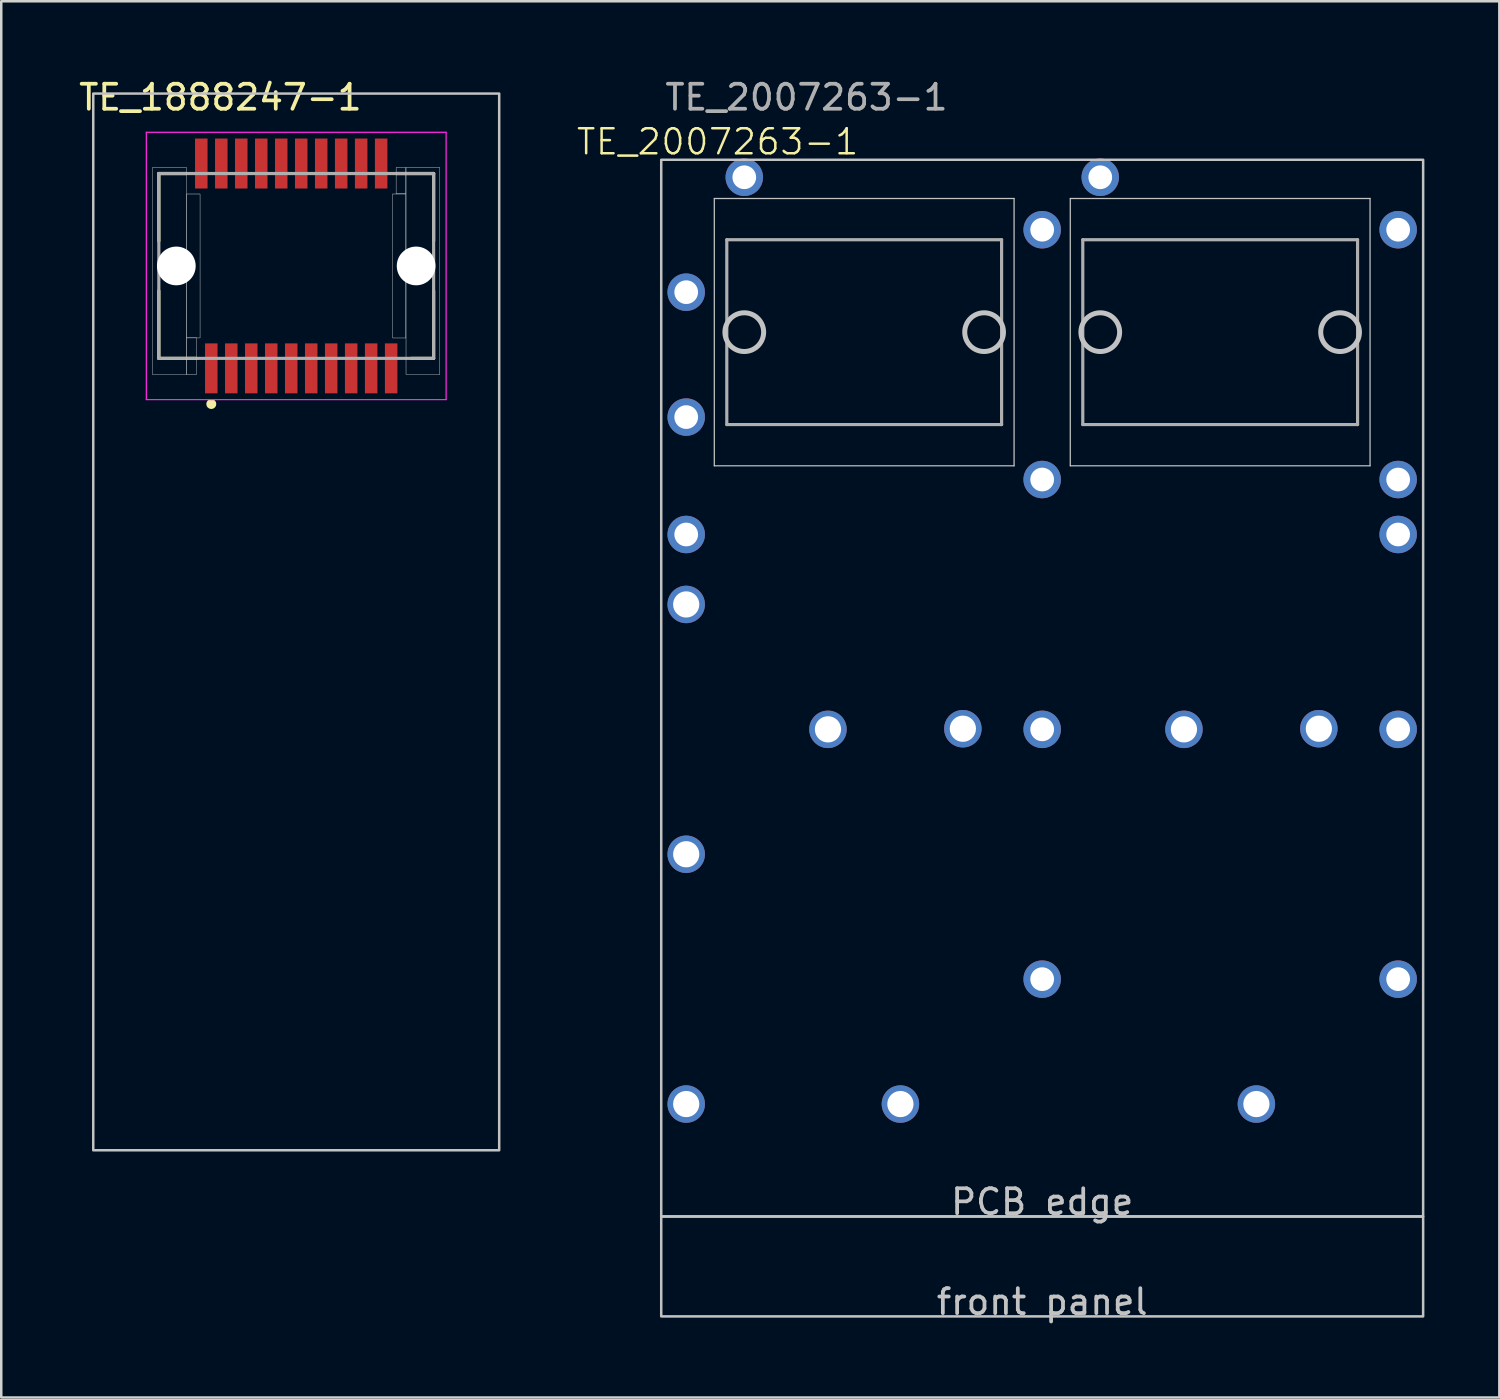
<source format=kicad_pcb>
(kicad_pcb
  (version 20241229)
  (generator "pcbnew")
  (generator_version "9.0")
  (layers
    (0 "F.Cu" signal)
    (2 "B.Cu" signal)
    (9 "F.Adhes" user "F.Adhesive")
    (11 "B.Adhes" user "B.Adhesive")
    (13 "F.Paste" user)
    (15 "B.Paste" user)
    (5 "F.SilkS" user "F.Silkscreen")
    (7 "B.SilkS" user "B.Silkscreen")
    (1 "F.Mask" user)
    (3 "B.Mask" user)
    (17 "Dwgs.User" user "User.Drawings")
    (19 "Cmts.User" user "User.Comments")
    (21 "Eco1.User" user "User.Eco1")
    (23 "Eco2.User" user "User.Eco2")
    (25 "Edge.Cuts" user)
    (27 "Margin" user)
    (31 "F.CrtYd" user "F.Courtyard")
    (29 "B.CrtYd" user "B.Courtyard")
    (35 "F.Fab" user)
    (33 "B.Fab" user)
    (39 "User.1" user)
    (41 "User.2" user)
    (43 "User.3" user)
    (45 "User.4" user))
  (footprint "TE_2007263-1"
    (layer "F.Cu")
    (at 36.344 10.246)
    (property "Reference" "TE_2007263-1" (at -10.668 -7.62 0) (unlocked yes) (layer "F.SilkS") (effects (font (size 1 1) (thickness 0.1))))
    (attr through_hole)
    (fp_line (start -10.8 -5.35) (end 1.2 -5.35) (stroke (width 0.05) (type solid)) (layer "Dwgs.User"))
    (fp_line (start -10.8 5.35) (end -10.8 -5.35) (stroke (width 0.05) (type solid)) (layer "Dwgs.User"))
    (fp_line (start 1.2 -5.35) (end 1.2 5.35) (stroke (width 0.05) (type solid)) (layer "Dwgs.User"))
    (fp_line (start 1.2 5.35) (end -10.8 5.35) (stroke (width 0.05) (type solid)) (layer "Dwgs.User"))
    (fp_line (start 3.45 -5.35) (end 15.45 -5.35) (stroke (width 0.05) (type solid)) (layer "Dwgs.User"))
    (fp_line (start 3.45 5.35) (end 3.45 -5.35) (stroke (width 0.05) (type solid)) (layer "Dwgs.User"))
    (fp_line (start 15.45 -5.35) (end 15.45 5.35) (stroke (width 0.05) (type solid)) (layer "Dwgs.User"))
    (fp_line (start 15.45 5.35) (end 3.45 5.35) (stroke (width 0.05) (type solid)) (layer "Dwgs.User"))
    (fp_rect (start -12.925 -6.9) (end 17.575 35.4) (stroke (width 0.1) (type default)) (fill no) (layer "Dwgs.User"))
    (fp_rect (start -12.925 35.4) (end 17.575 39.4) (stroke (width 0.1) (type default)) (fill no) (layer "Dwgs.User"))
    (fp_circle (center -9.6 0) (end -8.825 0) (stroke (width 0.2) (type default)) (fill no) (layer "Dwgs.User"))
    (fp_circle (center 0 0) (end 0.775 0) (stroke (width 0.2) (type default)) (fill no) (layer "Dwgs.User"))
    (fp_circle (center 4.65 0) (end 5.425 0) (stroke (width 0.2) (type default)) (fill no) (layer "Dwgs.User"))
    (fp_circle (center 14.25 0) (end 15.025 0) (stroke (width 0.2) (type default)) (fill no) (layer "Dwgs.User"))
    (fp_line (start -10.3 -3.7) (end 0.7 -3.7) (stroke (width 0.127) (type solid)) (layer "F.Fab"))
    (fp_line (start -10.3 3.7) (end -10.3 -3.7) (stroke (width 0.127) (type solid)) (layer "F.Fab"))
    (fp_line (start 0.7 -3.7) (end 0.7 3.7) (stroke (width 0.127) (type solid)) (layer "F.Fab"))
    (fp_line (start 0.7 3.7) (end -10.3 3.7) (stroke (width 0.127) (type solid)) (layer "F.Fab"))
    (fp_line (start 3.95 -3.7) (end 14.95 -3.7) (stroke (width 0.127) (type solid)) (layer "F.Fab"))
    (fp_line (start 3.95 3.7) (end 3.95 -3.7) (stroke (width 0.127) (type solid)) (layer "F.Fab"))
    (fp_line (start 14.95 -3.7) (end 14.95 3.7) (stroke (width 0.127) (type solid)) (layer "F.Fab"))
    (fp_line (start 14.95 3.7) (end 3.95 3.7) (stroke (width 0.127) (type solid)) (layer "F.Fab"))
    (fp_text user "PCB edge" (at 2.325 35.4 0) (unlocked yes) (layer "Dwgs.User") (effects (font (size 1 1) (thickness 0.15)) (justify bottom)))
    (fp_text user "front panel" (at 2.325 39.4 0) (unlocked yes) (layer "Dwgs.User") (effects (font (size 1 1) (thickness 0.15)) (justify bottom)))
    (fp_text user "${REFERENCE}" (at -7.112 -9.398 0) (unlocked yes) (layer "F.Fab") (effects (font (size 1 1) (thickness 0.15))))
    (pad "1" thru_hole circle (at -11.925 -1.6) (size 1.5 1.5) (drill 0.95) (layers "*.Cu" "*.Mask"))
    (pad "1" thru_hole circle (at -11.925 3.4) (size 1.5 1.5) (drill 0.95) (layers "*.Cu" "*.Mask"))
    (pad "1" thru_hole circle (at -11.925 8.1) (size 1.5 1.5) (drill 0.95) (layers "*.Cu" "*.Mask"))
    (pad "1" thru_hole circle (at -11.925 10.9) (size 1.5 1.5) (drill 1.05) (layers "*.Cu" "*.Mask"))
    (pad "1" thru_hole circle (at -11.925 20.9) (size 1.5 1.5) (drill 1.05) (layers "*.Cu" "*.Mask"))
    (pad "1" thru_hole circle (at -11.925 30.9) (size 1.5 1.5) (drill 1.05) (layers "*.Cu" "*.Mask"))
    (pad "1" thru_hole circle (at -9.6 -6.2) (size 1.5 1.5) (drill 0.95) (layers "*.Cu" "*.Mask"))
    (pad "1" thru_hole circle (at -6.25 15.9) (size 1.5 1.5) (drill 1.05) (layers "*.Cu" "*.Mask"))
    (pad "1" thru_hole circle (at -3.35 30.9) (size 1.5 1.5) (drill 1.05) (layers "*.Cu" "*.Mask"))
    (pad "1" thru_hole circle (at -0.85 15.875) (size 1.5 1.5) (drill 1.05) (layers "*.Cu" "*.Mask"))
    (pad "1" thru_hole circle (at 2.325 -4.1) (size 1.5 1.5) (drill 0.95) (layers "*.Cu" "*.Mask"))
    (pad "1" thru_hole circle (at 2.325 5.9) (size 1.5 1.5) (drill 0.95) (layers "*.Cu" "*.Mask"))
    (pad "1" thru_hole circle (at 2.325 15.9) (size 1.5 1.5) (drill 0.95) (layers "*.Cu" "*.Mask"))
    (pad "1" thru_hole circle (at 2.325 25.9) (size 1.5 1.5) (drill 0.95) (layers "*.Cu" "*.Mask"))
    (pad "1" thru_hole circle (at 4.65 -6.2) (size 1.5 1.5) (drill 0.95) (layers "*.Cu" "*.Mask"))
    (pad "1" thru_hole circle (at 8 15.9) (size 1.5 1.5) (drill 1.05) (layers "*.Cu" "*.Mask"))
    (pad "1" thru_hole circle (at 10.9 30.9) (size 1.5 1.5) (drill 1.05) (layers "*.Cu" "*.Mask"))
    (pad "1" thru_hole circle (at 13.4 15.875) (size 1.5 1.5) (drill 1.05) (layers "*.Cu" "*.Mask"))
    (pad "1" thru_hole circle (at 16.575 -4.1) (size 1.5 1.5) (drill 0.95) (layers "*.Cu" "*.Mask"))
    (pad "1" thru_hole circle (at 16.575 5.9) (size 1.5 1.5) (drill 0.95) (layers "*.Cu" "*.Mask"))
    (pad "1" thru_hole circle (at 16.575 8.1) (size 1.5 1.5) (drill 0.95) (layers "*.Cu" "*.Mask"))
    (pad "1" thru_hole circle (at 16.575 15.9) (size 1.5 1.5) (drill 0.95) (layers "*.Cu" "*.Mask"))
    (pad "1" thru_hole circle (at 16.575 25.9) (size 1.5 1.5) (drill 0.95) (layers "*.Cu" "*.Mask"))
    (zone (net_name "") (layers "F.Cu" "Dwgs.User") (name "GNDPWR") (hatch edge 0.5) (connect_pads) (min_thickness 0.25) (filled_areas_thickness no) (keepout (tracks not_allowed) (vias allowed) (pads allowed) (copperpour allowed) (footprints not_allowed)) (placement (enabled no)) (fill) (polygon (pts (xy 49.044 3.346) (xy 49.044 4.946) (xy 51.744 4.946) (xy 51.794 4.896) (xy 51.844 4.946) (xy 51.844 15.646) (xy 39.844 15.646) (xy 39.794 15.596) (xy 39.794 4.896) (xy 39.844 4.846) (xy 42.644 4.846) (xy 42.644 3.346) (xy 34.744 3.346) (xy 34.744 4.846) (xy 37.644 4.846) (xy 37.644 15.646) (xy 25.444 15.646) (xy 25.444 4.846) (xy 28.344 4.846) (xy 28.344 3.346) (xy 23.419 3.346) (xy 23.419 45.646) (xy 53.919 45.646) (xy 53.919 3.346)))))
  (footprint "TE_1888247-1"
    (layer "F.Cu")
    (at 13.608 7.596)
    (property "Reference" "TE_1888247-1" (at -7.836 -6.748 0) (layer "F.SilkS") (effects (font (size 1.001 1.001) (thickness 0.15))))
    (attr smd)
    (fp_line (start -10.3 -3.7) (end -10.3 -1) (stroke (width 0.127) (type solid)) (layer "F.SilkS"))
    (fp_line (start -10.3 3.7) (end -10.3 1) (stroke (width 0.127) (type solid)) (layer "F.SilkS"))
    (fp_line (start -9.2 -3.7) (end -10.3 -3.7) (stroke (width 0.127) (type solid)) (layer "F.SilkS"))
    (fp_line (start -8.8 3.7) (end -10.3 3.7) (stroke (width 0.127) (type solid)) (layer "F.SilkS"))
    (fp_line (start -0.8 -3.7) (end 0.7 -3.7) (stroke (width 0.127) (type solid)) (layer "F.SilkS"))
    (fp_line (start -0.2 3.7) (end 0.7 3.7) (stroke (width 0.127) (type solid)) (layer "F.SilkS"))
    (fp_line (start 0.7 -3.7) (end 0.7 -1) (stroke (width 0.127) (type solid)) (layer "F.SilkS"))
    (fp_line (start 0.7 3.7) (end 0.7 1) (stroke (width 0.127) (type solid)) (layer "F.SilkS"))
    (fp_circle (center -8.2 5.527) (end -8.1 5.527) (stroke (width 0.2) (type solid)) (fill no) (layer "F.SilkS"))
    (fp_rect (start -12.925 -6.9) (end 3.325 35.4) (stroke (width 0.1) (type default)) (fill no) (layer "Dwgs.User"))
    (fp_poly (pts (xy -10.559 -3.94) (xy -9.19 -3.94) (xy -9.19 4.347) (xy -10.559 4.347)) (stroke (width 0.01) (type solid)) (fill no) (layer "Dwgs.User"))
    (fp_poly (pts (xy -10.556 -3.94) (xy -9.19 -3.94) (xy -9.19 4.345) (xy -10.556 4.345)) (stroke (width 0.01) (type solid)) (fill no) (layer "Dwgs.User"))
    (fp_poly (pts (xy -9.195 -2.88) (xy -8.65 -2.88) (xy -8.65 2.883) (xy -9.195 2.883)) (stroke (width 0.01) (type solid)) (fill no) (layer "Dwgs.User"))
    (fp_poly (pts (xy -9.193 -2.88) (xy -8.65 -2.88) (xy -8.65 2.882) (xy -9.193 2.882)) (stroke (width 0.01) (type solid)) (fill no) (layer "Dwgs.User"))
    (fp_poly (pts (xy -9.192 2.88) (xy -8.79 2.88) (xy -8.79 4.342) (xy -9.192 4.342)) (stroke (width 0.01) (type solid)) (fill no) (layer "Dwgs.User"))
    (fp_poly (pts (xy -9.191 2.88) (xy -8.79 2.88) (xy -8.79 4.341) (xy -9.191 4.341)) (stroke (width 0.01) (type solid)) (fill no) (layer "Dwgs.User"))
    (fp_poly (pts (xy -0.95 -2.88) (xy -0.41 -2.88) (xy -0.41 2.88) (xy -0.95 2.88)) (stroke (width 0.01) (type solid)) (fill no) (layer "Dwgs.User"))
    (fp_poly (pts (xy -0.942 -2.88) (xy -0.41 -2.88) (xy -0.41 2.886) (xy -0.942 2.886)) (stroke (width 0.01) (type solid)) (fill no) (layer "Dwgs.User"))
    (fp_poly (pts (xy -0.803 -3.94) (xy -0.41 -3.94) (xy -0.41 -2.885) (xy -0.803 -2.885)) (stroke (width 0.01) (type solid)) (fill no) (layer "Dwgs.User"))
    (fp_poly (pts (xy -0.802 -3.94) (xy -0.41 -3.94) (xy -0.41 -2.885) (xy -0.802 -2.885)) (stroke (width 0.01) (type solid)) (fill no) (layer "Dwgs.User"))
    (fp_poly (pts (xy -0.408 -3.94) (xy 0.95 -3.94) (xy 0.95 4.342) (xy -0.408 4.342)) (stroke (width 0.01) (type solid)) (fill no) (layer "Dwgs.User"))
    (fp_poly (pts (xy -0.402 -3.94) (xy 0.95 -3.94) (xy 0.95 4.348) (xy -0.402 4.348)) (stroke (width 0.01) (type solid)) (fill no) (layer "Dwgs.User"))
    (fp_line (start -10.8 -5.35) (end 1.2 -5.35) (stroke (width 0.05) (type solid)) (layer "F.CrtYd"))
    (fp_line (start -10.8 5.35) (end -10.8 -5.35) (stroke (width 0.05) (type solid)) (layer "F.CrtYd"))
    (fp_line (start 1.2 -5.35) (end 1.2 5.35) (stroke (width 0.05) (type solid)) (layer "F.CrtYd"))
    (fp_line (start 1.2 5.35) (end -10.8 5.35) (stroke (width 0.05) (type solid)) (layer "F.CrtYd"))
    (fp_line (start -10.3 -3.7) (end 0.7 -3.7) (stroke (width 0.127) (type solid)) (layer "F.Fab"))
    (fp_line (start -10.3 3.7) (end -10.3 -3.7) (stroke (width 0.127) (type solid)) (layer "F.Fab"))
    (fp_line (start 0.7 -3.7) (end 0.7 3.7) (stroke (width 0.127) (type solid)) (layer "F.Fab"))
    (fp_line (start 0.7 3.7) (end -10.3 3.7) (stroke (width 0.127) (type solid)) (layer "F.Fab"))
    (pad "" np_thru_hole circle (at -9.6 0) (size 1.55 1.55) (drill 1.55) (layers "*.Cu" "*.Mask"))
    (pad "" np_thru_hole circle (at 0 0) (size 1.55 1.55) (drill 1.55) (layers "*.Cu" "*.Mask"))
    (pad "1" smd rect (at -8.2 4.1) (size 0.5 2) (layers "F.Cu" "F.Mask" "F.Paste"))
    (pad "2" smd rect (at -7.4 4.1) (size 0.5 2) (layers "F.Cu" "F.Mask" "F.Paste"))
    (pad "3" smd rect (at -6.6 4.1) (size 0.5 2) (layers "F.Cu" "F.Mask" "F.Paste"))
    (pad "4" smd rect (at -5.8 4.1) (size 0.5 2) (layers "F.Cu" "F.Mask" "F.Paste"))
    (pad "5" smd rect (at -5 4.1) (size 0.5 2) (layers "F.Cu" "F.Mask" "F.Paste"))
    (pad "6" smd rect (at -4.2 4.1) (size 0.5 2) (layers "F.Cu" "F.Mask" "F.Paste"))
    (pad "7" smd rect (at -3.4 4.1) (size 0.5 2) (layers "F.Cu" "F.Mask" "F.Paste"))
    (pad "8" smd rect (at -2.6 4.1) (size 0.5 2) (layers "F.Cu" "F.Mask" "F.Paste"))
    (pad "9" smd rect (at -1.8 4.1) (size 0.5 2) (layers "F.Cu" "F.Mask" "F.Paste"))
    (pad "10" smd rect (at -1 4.1) (size 0.5 2) (layers "F.Cu" "F.Mask" "F.Paste"))
    (pad "11" smd rect (at -1.4 -4.1 180) (size 0.5 2) (layers "F.Cu" "F.Mask" "F.Paste"))
    (pad "12" smd rect (at -2.2 -4.1 180) (size 0.5 2) (layers "F.Cu" "F.Mask" "F.Paste"))
    (pad "13" smd rect (at -3 -4.1 180) (size 0.5 2) (layers "F.Cu" "F.Mask" "F.Paste"))
    (pad "14" smd rect (at -3.8 -4.1 180) (size 0.5 2) (layers "F.Cu" "F.Mask" "F.Paste"))
    (pad "15" smd rect (at -4.6 -4.1 180) (size 0.5 2) (layers "F.Cu" "F.Mask" "F.Paste"))
    (pad "16" smd rect (at -5.4 -4.1 180) (size 0.5 2) (layers "F.Cu" "F.Mask" "F.Paste"))
    (pad "17" smd rect (at -6.2 -4.1 180) (size 0.5 2) (layers "F.Cu" "F.Mask" "F.Paste"))
    (pad "18" smd rect (at -7 -4.1 180) (size 0.5 2) (layers "F.Cu" "F.Mask" "F.Paste"))
    (pad "19" smd rect (at -7.8 -4.1 180) (size 0.5 2) (layers "F.Cu" "F.Mask" "F.Paste"))
    (pad "20" smd rect (at -8.6 -4.1 180) (size 0.5 2) (layers "F.Cu" "F.Mask" "F.Paste")))
  (gr_rect
    (start -3 -3)
    (end 56.969 52.893)
    (stroke (width 0.1) (type default))
    (fill no)
    (layer "Edge.Cuts")))
</source>
